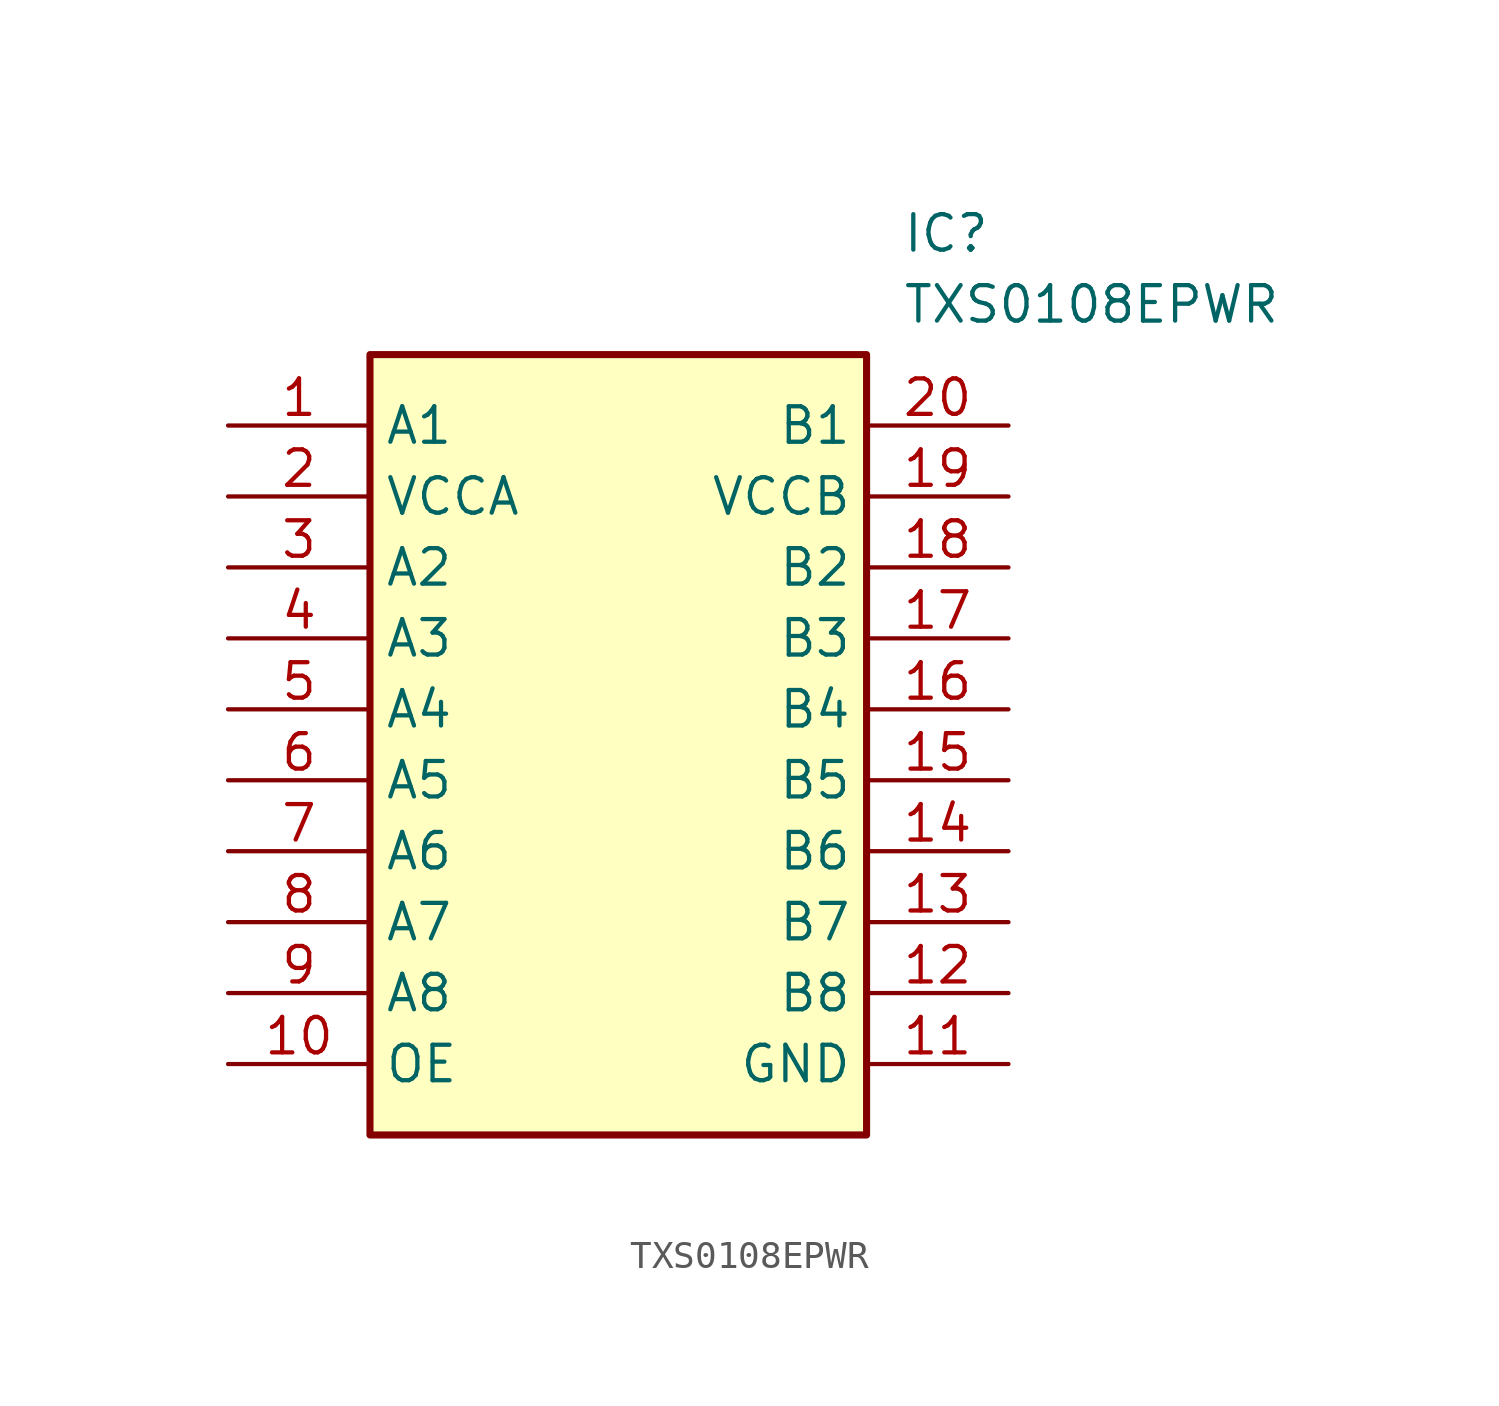
<source format=kicad_sym>
(kicad_symbol_lib
  (version 20211014)
  (generator SamacSys_ECAD_Model)
  (symbol "TXS0108EPWR"
    (property "Reference" "IC"
      (at 24.13 7.62 0)
      (effects (font (size 1.27 1.27)) (justify left top)))
    (property "Value" "TXS0108EPWR"
      (at 24.13 5.08 0)
      (effects (font (size 1.27 1.27)) (justify left top)))
    (rectangle
      (start 5.08 2.54)
      (end 22.86 -25.4)
      (stroke (width 0.254) (type default))
      (fill (type background)))
    (pin passive line
      (at 0 0 0)
      (length 5.08)
      (name "A1" (effects (font (size 1.27 1.27))))
      (number "1" (effects (font (size 1.27 1.27)))))
    (pin passive line
      (at 0 -2.54 0)
      (length 5.08)
      (name "VCCA" (effects (font (size 1.27 1.27))))
      (number "2" (effects (font (size 1.27 1.27)))))
    (pin passive line
      (at 0 -5.08 0)
      (length 5.08)
      (name "A2" (effects (font (size 1.27 1.27))))
      (number "3" (effects (font (size 1.27 1.27)))))
    (pin passive line
      (at 0 -7.62 0)
      (length 5.08)
      (name "A3" (effects (font (size 1.27 1.27))))
      (number "4" (effects (font (size 1.27 1.27)))))
    (pin passive line
      (at 0 -10.16 0)
      (length 5.08)
      (name "A4" (effects (font (size 1.27 1.27))))
      (number "5" (effects (font (size 1.27 1.27)))))
    (pin passive line
      (at 0 -12.7 0)
      (length 5.08)
      (name "A5" (effects (font (size 1.27 1.27))))
      (number "6" (effects (font (size 1.27 1.27)))))
    (pin passive line
      (at 0 -15.24 0)
      (length 5.08)
      (name "A6" (effects (font (size 1.27 1.27))))
      (number "7" (effects (font (size 1.27 1.27)))))
    (pin passive line
      (at 0 -17.78 0)
      (length 5.08)
      (name "A7" (effects (font (size 1.27 1.27))))
      (number "8" (effects (font (size 1.27 1.27)))))
    (pin passive line
      (at 0 -20.32 0)
      (length 5.08)
      (name "A8" (effects (font (size 1.27 1.27))))
      (number "9" (effects (font (size 1.27 1.27)))))
    (pin passive line
      (at 0 -22.86 0)
      (length 5.08)
      (name "OE" (effects (font (size 1.27 1.27))))
      (number "10" (effects (font (size 1.27 1.27)))))
    (pin passive line
      (at 27.94 0 180)
      (length 5.08)
      (name "B1" (effects (font (size 1.27 1.27))))
      (number "20" (effects (font (size 1.27 1.27)))))
    (pin passive line
      (at 27.94 -2.54 180)
      (length 5.08)
      (name "VCCB" (effects (font (size 1.27 1.27))))
      (number "19" (effects (font (size 1.27 1.27)))))
    (pin passive line
      (at 27.94 -5.08 180)
      (length 5.08)
      (name "B2" (effects (font (size 1.27 1.27))))
      (number "18" (effects (font (size 1.27 1.27)))))
    (pin passive line
      (at 27.94 -7.62 180)
      (length 5.08)
      (name "B3" (effects (font (size 1.27 1.27))))
      (number "17" (effects (font (size 1.27 1.27)))))
    (pin passive line
      (at 27.94 -10.16 180)
      (length 5.08)
      (name "B4" (effects (font (size 1.27 1.27))))
      (number "16" (effects (font (size 1.27 1.27)))))
    (pin passive line
      (at 27.94 -12.7 180)
      (length 5.08)
      (name "B5" (effects (font (size 1.27 1.27))))
      (number "15" (effects (font (size 1.27 1.27)))))
    (pin passive line
      (at 27.94 -15.24 180)
      (length 5.08)
      (name "B6" (effects (font (size 1.27 1.27))))
      (number "14" (effects (font (size 1.27 1.27)))))
    (pin passive line
      (at 27.94 -17.78 180)
      (length 5.08)
      (name "B7" (effects (font (size 1.27 1.27))))
      (number "13" (effects (font (size 1.27 1.27)))))
    (pin passive line
      (at 27.94 -20.32 180)
      (length 5.08)
      (name "B8" (effects (font (size 1.27 1.27))))
      (number "12" (effects (font (size 1.27 1.27)))))
    (pin passive line
      (at 27.94 -22.86 180)
      (length 5.08)
      (name "GND" (effects (font (size 1.27 1.27))))
      (number "11" (effects (font (size 1.27 1.27)))))))
</source>
